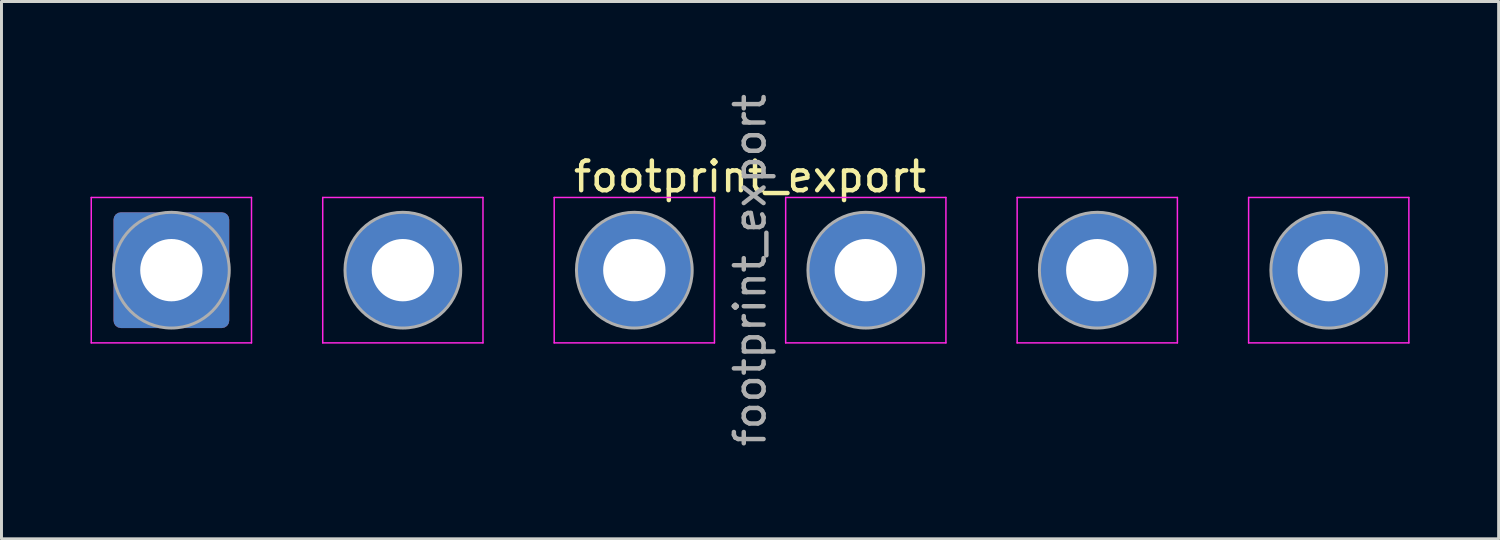
<source format=kicad_pcb>
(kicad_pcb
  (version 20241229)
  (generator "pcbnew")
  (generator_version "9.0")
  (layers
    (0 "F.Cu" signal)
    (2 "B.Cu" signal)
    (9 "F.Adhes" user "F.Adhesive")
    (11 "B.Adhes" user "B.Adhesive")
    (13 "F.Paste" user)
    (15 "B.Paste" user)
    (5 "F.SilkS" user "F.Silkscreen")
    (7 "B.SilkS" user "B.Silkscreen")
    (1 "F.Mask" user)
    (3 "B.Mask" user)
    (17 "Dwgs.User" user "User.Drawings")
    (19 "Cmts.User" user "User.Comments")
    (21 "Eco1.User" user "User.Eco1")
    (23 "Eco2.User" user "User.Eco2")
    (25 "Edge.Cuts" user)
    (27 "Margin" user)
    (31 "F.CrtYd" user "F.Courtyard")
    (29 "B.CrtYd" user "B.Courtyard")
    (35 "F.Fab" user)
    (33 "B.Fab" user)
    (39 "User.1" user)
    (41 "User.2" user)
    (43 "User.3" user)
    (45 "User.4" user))
  (footprint "footprint_export"
    (layer "F.Cu")
    (at 2.725 6.054)
    (property "Reference" "footprint_export" (at 19.5 -3.15 0) (layer "F.SilkS") (effects (font (size 1 1) (thickness 0.15))))
    (attr exclude_from_pos_files exclude_from_bom)
    (fp_line (start -2.7 -2.45) (end -2.7 2.45) (stroke (width 0.05) (type solid)) (layer "F.CrtYd"))
    (fp_line (start -2.7 2.45) (end 2.7 2.45) (stroke (width 0.05) (type solid)) (layer "F.CrtYd"))
    (fp_line (start 2.7 -2.45) (end -2.7 -2.45) (stroke (width 0.05) (type solid)) (layer "F.CrtYd"))
    (fp_line (start 2.7 2.45) (end 2.7 -2.45) (stroke (width 0.05) (type solid)) (layer "F.CrtYd"))
    (fp_line (start 5.1 -2.45) (end 5.1 2.45) (stroke (width 0.05) (type solid)) (layer "F.CrtYd"))
    (fp_line (start 5.1 2.45) (end 10.5 2.45) (stroke (width 0.05) (type solid)) (layer "F.CrtYd"))
    (fp_line (start 10.5 -2.45) (end 5.1 -2.45) (stroke (width 0.05) (type solid)) (layer "F.CrtYd"))
    (fp_line (start 10.5 2.45) (end 10.5 -2.45) (stroke (width 0.05) (type solid)) (layer "F.CrtYd"))
    (fp_line (start 12.9 -2.45) (end 12.9 2.45) (stroke (width 0.05) (type solid)) (layer "F.CrtYd"))
    (fp_line (start 12.9 2.45) (end 18.3 2.45) (stroke (width 0.05) (type solid)) (layer "F.CrtYd"))
    (fp_line (start 18.3 -2.45) (end 12.9 -2.45) (stroke (width 0.05) (type solid)) (layer "F.CrtYd"))
    (fp_line (start 18.3 2.45) (end 18.3 -2.45) (stroke (width 0.05) (type solid)) (layer "F.CrtYd"))
    (fp_line (start 20.7 -2.45) (end 20.7 2.45) (stroke (width 0.05) (type solid)) (layer "F.CrtYd"))
    (fp_line (start 20.7 2.45) (end 26.1 2.45) (stroke (width 0.05) (type solid)) (layer "F.CrtYd"))
    (fp_line (start 26.1 -2.45) (end 20.7 -2.45) (stroke (width 0.05) (type solid)) (layer "F.CrtYd"))
    (fp_line (start 26.1 2.45) (end 26.1 -2.45) (stroke (width 0.05) (type solid)) (layer "F.CrtYd"))
    (fp_line (start 28.5 -2.45) (end 28.5 2.45) (stroke (width 0.05) (type solid)) (layer "F.CrtYd"))
    (fp_line (start 28.5 2.45) (end 33.9 2.45) (stroke (width 0.05) (type solid)) (layer "F.CrtYd"))
    (fp_line (start 33.9 -2.45) (end 28.5 -2.45) (stroke (width 0.05) (type solid)) (layer "F.CrtYd"))
    (fp_line (start 33.9 2.45) (end 33.9 -2.45) (stroke (width 0.05) (type solid)) (layer "F.CrtYd"))
    (fp_line (start 36.3 -2.45) (end 36.3 2.45) (stroke (width 0.05) (type solid)) (layer "F.CrtYd"))
    (fp_line (start 36.3 2.45) (end 41.7 2.45) (stroke (width 0.05) (type solid)) (layer "F.CrtYd"))
    (fp_line (start 41.7 -2.45) (end 36.3 -2.45) (stroke (width 0.05) (type solid)) (layer "F.CrtYd"))
    (fp_line (start 41.7 2.45) (end 41.7 -2.45) (stroke (width 0.05) (type solid)) (layer "F.CrtYd"))
    (fp_circle (center 0 0) (end 1.95 0) (stroke (width 0.1) (type solid)) (fill no) (layer "F.Fab"))
    (fp_circle (center 7.8 0) (end 9.75 0) (stroke (width 0.1) (type solid)) (fill no) (layer "F.Fab"))
    (fp_circle (center 15.6 0) (end 17.55 0) (stroke (width 0.1) (type solid)) (fill no) (layer "F.Fab"))
    (fp_circle (center 23.4 0) (end 25.35 0) (stroke (width 0.1) (type solid)) (fill no) (layer "F.Fab"))
    (fp_circle (center 31.2 0) (end 33.15 0) (stroke (width 0.1) (type solid)) (fill no) (layer "F.Fab"))
    (fp_circle (center 39 0) (end 40.95 0) (stroke (width 0.1) (type solid)) (fill no) (layer "F.Fab"))
    (fp_text user "${REFERENCE}" (at 19.5 0 90) (layer "F.Fab") (effects (font (size 1 1) (thickness 0.15))))
    (pad "1" thru_hole roundrect (at 0 0) (size 3.9 3.9) (drill 2.1) (layers "*.Cu" "*.Mask") (roundrect_rratio 0.064))
    (pad "2" thru_hole circle (at 7.8 0) (size 3.9 3.9) (drill 2.1) (layers "*.Cu" "*.Mask"))
    (pad "3" thru_hole circle (at 15.6 0) (size 3.9 3.9) (drill 2.1) (layers "*.Cu" "*.Mask"))
    (pad "4" thru_hole circle (at 23.4 0) (size 3.9 3.9) (drill 2.1) (layers "*.Cu" "*.Mask"))
    (pad "5" thru_hole circle (at 31.2 0) (size 3.9 3.9) (drill 2.1) (layers "*.Cu" "*.Mask"))
    (pad "6" thru_hole circle (at 39 0) (size 3.9 3.9) (drill 2.1) (layers "*.Cu" "*.Mask")))
  (gr_rect
    (start -3 -3)
    (end 47.45 15.107)
    (stroke (width 0.1) (type default))
    (fill no)
    (layer "Edge.Cuts")))
</source>
